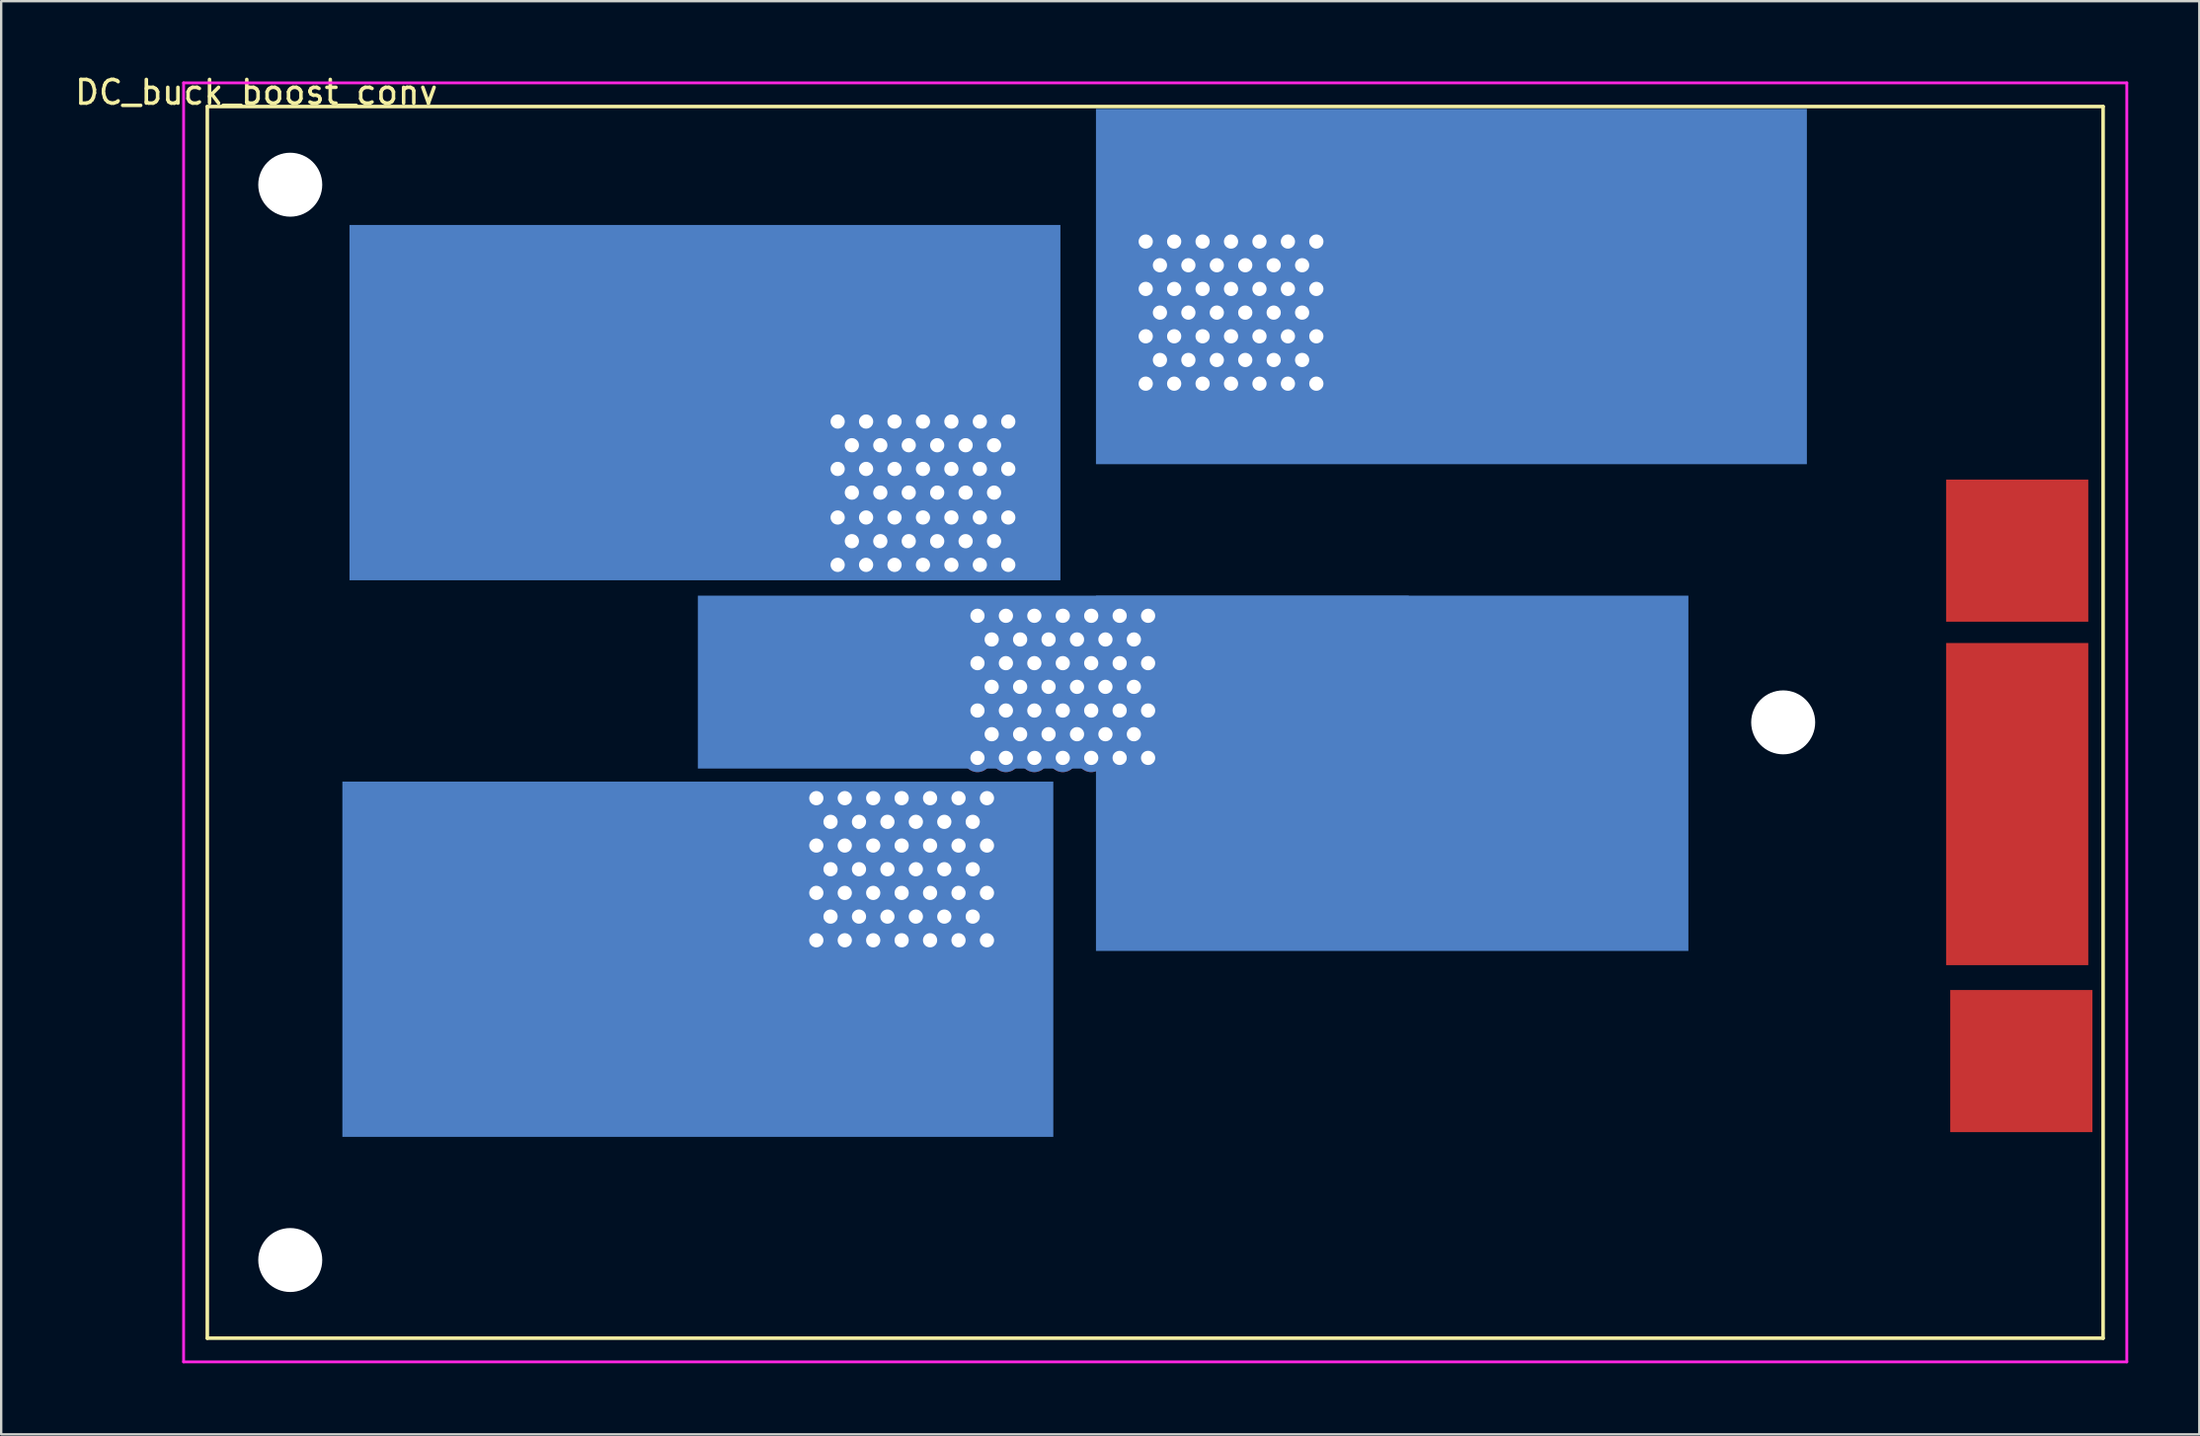
<source format=kicad_pcb>
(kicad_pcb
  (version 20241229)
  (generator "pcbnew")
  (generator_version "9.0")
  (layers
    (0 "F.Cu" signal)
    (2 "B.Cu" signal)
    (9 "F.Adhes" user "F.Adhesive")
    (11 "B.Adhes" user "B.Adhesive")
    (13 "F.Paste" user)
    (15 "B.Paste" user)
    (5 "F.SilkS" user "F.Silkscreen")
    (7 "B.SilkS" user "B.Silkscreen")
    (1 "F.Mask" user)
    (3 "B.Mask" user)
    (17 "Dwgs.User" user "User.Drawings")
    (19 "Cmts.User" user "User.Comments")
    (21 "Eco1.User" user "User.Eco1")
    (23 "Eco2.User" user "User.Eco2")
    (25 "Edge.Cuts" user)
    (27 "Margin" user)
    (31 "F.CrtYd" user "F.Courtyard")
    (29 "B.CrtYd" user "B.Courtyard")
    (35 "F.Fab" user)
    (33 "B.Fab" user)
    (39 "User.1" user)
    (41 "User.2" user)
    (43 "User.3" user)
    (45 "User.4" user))
  (footprint "DC_buck_boost_conv"
    (layer "F.Cu")
    (at 5.698 1.448)
    (property "Reference" "DC_buck_boost_conv" (at 2.07 -0.6 0) (layer "F.SilkS") (effects (font (size 1 1) (thickness 0.15))))
    (attr through_hole)
    (fp_line (start 0 0) (end 80 0) (stroke (width 0.15) (type solid)) (layer "F.SilkS"))
    (fp_line (start 0 52) (end 0 0) (stroke (width 0.15) (type solid)) (layer "F.SilkS"))
    (fp_line (start 80 0) (end 80 52) (stroke (width 0.15) (type solid)) (layer "F.SilkS"))
    (fp_line (start 80 52) (end 0 52) (stroke (width 0.15) (type solid)) (layer "F.SilkS"))
    (fp_line (start -1 -1) (end -1 53) (stroke (width 0.12) (type solid)) (layer "F.CrtYd"))
    (fp_line (start -1 53) (end 81 53) (stroke (width 0.12) (type solid)) (layer "F.CrtYd"))
    (fp_line (start 81 -1) (end -1 -1) (stroke (width 0.12) (type solid)) (layer "F.CrtYd"))
    (fp_line (start 81 53) (end 81 -1) (stroke (width 0.12) (type solid)) (layer "F.CrtYd"))
    (pad "" np_thru_hole circle (at 3.5 3.3) (size 2.7 2.7) (drill 2.7) (layers "*.Cu" "*.Mask"))
    (pad "" np_thru_hole circle (at 3.5 48.7) (size 2.7 2.7) (drill 2.7) (layers "*.Cu" "*.Mask"))
    (pad "" np_thru_hole circle (at 66.5 26) (size 2.7 2.7) (drill 2.7) (layers "*.Cu" "*.Mask"))
    (pad "1" smd rect (at 76.375 18.75) (size 6 6) (layers "F.Cu" "F.Mask" "F.Paste"))
    (pad "2" smd rect (at 76.375 29.45) (size 6 13.6) (layers "F.Cu" "F.Mask" "F.Paste"))
    (pad "3" smd rect (at 76.55 40.3) (size 6 6) (layers "F.Cu" "F.Mask" "F.Paste"))
    (pad "4" thru_hole circle (at 39.6 5.7) (size 1.2 1.2) (drill 0.6) (layers "*.Cu" "F.Mask"))
    (pad "4" thru_hole circle (at 39.6 7.7) (size 1.2 1.2) (drill 0.6) (layers "*.Cu" "F.Mask"))
    (pad "4" thru_hole circle (at 39.6 9.7) (size 1.2 1.2) (drill 0.6) (layers "*.Cu" "F.Mask"))
    (pad "4" thru_hole circle (at 39.6 11.7) (size 1.2 1.2) (drill 0.6) (layers "*.Cu" "F.Mask"))
    (pad "4" thru_hole circle (at 40.2 6.7) (size 1.2 1.2) (drill 0.6) (layers "*.Cu" "F.Mask"))
    (pad "4" thru_hole circle (at 40.2 8.7) (size 1.2 1.2) (drill 0.6) (layers "*.Cu" "F.Mask"))
    (pad "4" thru_hole circle (at 40.2 10.7) (size 1.2 1.2) (drill 0.6) (layers "*.Cu" "F.Mask"))
    (pad "4" thru_hole circle (at 40.8 5.7) (size 1.2 1.2) (drill 0.6) (layers "*.Cu" "F.Mask"))
    (pad "4" thru_hole circle (at 40.8 7.7) (size 1.2 1.2) (drill 0.6) (layers "*.Cu" "F.Mask"))
    (pad "4" thru_hole circle (at 40.8 9.7) (size 1.2 1.2) (drill 0.6) (layers "*.Cu" "F.Mask"))
    (pad "4" thru_hole circle (at 40.8 11.7) (size 1.2 1.2) (drill 0.6) (layers "*.Cu" "F.Mask"))
    (pad "4" thru_hole circle (at 41.4 6.7) (size 1.2 1.2) (drill 0.6) (layers "*.Cu" "F.Mask"))
    (pad "4" thru_hole circle (at 41.4 8.7) (size 1.2 1.2) (drill 0.6) (layers "*.Cu" "F.Mask"))
    (pad "4" thru_hole circle (at 41.4 10.7) (size 1.2 1.2) (drill 0.6) (layers "*.Cu" "F.Mask"))
    (pad "4" thru_hole circle (at 42 5.7) (size 1.2 1.2) (drill 0.6) (layers "*.Cu" "F.Mask"))
    (pad "4" thru_hole circle (at 42 7.7) (size 1.2 1.2) (drill 0.6) (layers "*.Cu" "F.Mask"))
    (pad "4" thru_hole circle (at 42 9.7) (size 1.2 1.2) (drill 0.6) (layers "*.Cu" "F.Mask"))
    (pad "4" thru_hole circle (at 42 11.7) (size 1.2 1.2) (drill 0.6) (layers "*.Cu" "F.Mask"))
    (pad "4" thru_hole circle (at 42.6 6.7) (size 1.2 1.2) (drill 0.6) (layers "*.Cu" "F.Mask"))
    (pad "4" thru_hole circle (at 42.6 8.7) (size 1.2 1.2) (drill 0.6) (layers "*.Cu" "F.Mask"))
    (pad "4" thru_hole circle (at 42.6 10.7) (size 1.2 1.2) (drill 0.6) (layers "*.Cu" "F.Mask"))
    (pad "4" thru_hole circle (at 43.2 5.7) (size 1.2 1.2) (drill 0.6) (layers "*.Cu" "F.Mask"))
    (pad "4" thru_hole circle (at 43.2 7.7) (size 1.2 1.2) (drill 0.6) (layers "*.Cu" "F.Mask"))
    (pad "4" smd rect (at 43.2 8.7) (size 8.4 6.8) (layers "F.Cu" "F.Mask" "F.Paste"))
    (pad "4" thru_hole circle (at 43.2 9.7) (size 1.2 1.2) (drill 0.6) (layers "*.Cu" "F.Mask"))
    (pad "4" thru_hole circle (at 43.2 11.7) (size 1.2 1.2) (drill 0.6) (layers "*.Cu" "F.Mask"))
    (pad "4" thru_hole circle (at 43.8 6.7) (size 1.2 1.2) (drill 0.6) (layers "*.Cu" "F.Mask"))
    (pad "4" thru_hole circle (at 43.8 8.7) (size 1.2 1.2) (drill 0.6) (layers "*.Cu" "F.Mask"))
    (pad "4" thru_hole circle (at 43.8 10.7) (size 1.2 1.2) (drill 0.6) (layers "*.Cu" "F.Mask"))
    (pad "4" thru_hole circle (at 44.4 5.7) (size 1.2 1.2) (drill 0.6) (layers "*.Cu" "F.Mask"))
    (pad "4" thru_hole circle (at 44.4 7.7) (size 1.2 1.2) (drill 0.6) (layers "*.Cu" "F.Mask"))
    (pad "4" thru_hole circle (at 44.4 9.7) (size 1.2 1.2) (drill 0.6) (layers "*.Cu" "F.Mask"))
    (pad "4" thru_hole circle (at 44.4 11.7) (size 1.2 1.2) (drill 0.6) (layers "*.Cu" "F.Mask"))
    (pad "4" thru_hole circle (at 45 6.7) (size 1.2 1.2) (drill 0.6) (layers "*.Cu" "F.Mask"))
    (pad "4" thru_hole circle (at 45 8.7) (size 1.2 1.2) (drill 0.6) (layers "*.Cu" "F.Mask"))
    (pad "4" thru_hole circle (at 45 10.7) (size 1.2 1.2) (drill 0.6) (layers "*.Cu" "F.Mask"))
    (pad "4" thru_hole circle (at 45.6 5.7) (size 1.2 1.2) (drill 0.6) (layers "*.Cu" "F.Mask"))
    (pad "4" thru_hole circle (at 45.6 7.7) (size 1.2 1.2) (drill 0.6) (layers "*.Cu" "F.Mask"))
    (pad "4" thru_hole circle (at 45.6 9.7) (size 1.2 1.2) (drill 0.6) (layers "*.Cu" "F.Mask"))
    (pad "4" thru_hole circle (at 45.6 11.7) (size 1.2 1.2) (drill 0.6) (layers "*.Cu" "F.Mask"))
    (pad "4" thru_hole circle (at 46.2 6.7) (size 1.2 1.2) (drill 0.6) (layers "*.Cu" "F.Mask"))
    (pad "4" thru_hole circle (at 46.2 8.7) (size 1.2 1.2) (drill 0.6) (layers "*.Cu" "F.Mask"))
    (pad "4" thru_hole circle (at 46.2 10.7) (size 1.2 1.2) (drill 0.6) (layers "*.Cu" "F.Mask"))
    (pad "4" thru_hole circle (at 46.8 5.7) (size 1.2 1.2) (drill 0.6) (layers "*.Cu" "F.Mask"))
    (pad "4" thru_hole circle (at 46.8 7.7) (size 1.2 1.2) (drill 0.6) (layers "*.Cu" "F.Mask"))
    (pad "4" thru_hole circle (at 46.8 9.7) (size 1.2 1.2) (drill 0.6) (layers "*.Cu" "F.Mask"))
    (pad "4" thru_hole circle (at 46.8 11.7) (size 1.2 1.2) (drill 0.6) (layers "*.Cu" "F.Mask"))
    (pad "4" smd rect (at 52.5 7.6) (size 30 15) (layers "B.Cu"))
    (pad "5" smd rect (at 21 12.5) (size 30 15) (layers "B.Cu"))
    (pad "5" thru_hole circle (at 26.6 13.3) (size 1.2 1.2) (drill 0.6) (layers "*.Cu" "F.Mask"))
    (pad "5" thru_hole circle (at 26.6 15.3) (size 1.2 1.2) (drill 0.6) (layers "*.Cu" "F.Mask"))
    (pad "5" thru_hole circle (at 26.6 17.35) (size 1.2 1.2) (drill 0.6) (layers "*.Cu" "F.Mask"))
    (pad "5" thru_hole circle (at 26.6 19.35) (size 1.2 1.2) (drill 0.6) (layers "*.Cu" "F.Mask"))
    (pad "5" thru_hole circle (at 27.2 14.3) (size 1.2 1.2) (drill 0.6) (layers "*.Cu" "F.Mask"))
    (pad "5" thru_hole circle (at 27.2 16.3) (size 1.2 1.2) (drill 0.6) (layers "*.Cu" "F.Mask"))
    (pad "5" thru_hole circle (at 27.2 18.35) (size 1.2 1.2) (drill 0.6) (layers "*.Cu" "F.Mask"))
    (pad "5" thru_hole circle (at 27.8 13.3) (size 1.2 1.2) (drill 0.6) (layers "*.Cu" "F.Mask"))
    (pad "5" thru_hole circle (at 27.8 15.3) (size 1.2 1.2) (drill 0.6) (layers "*.Cu" "F.Mask"))
    (pad "5" thru_hole circle (at 27.8 17.35) (size 1.2 1.2) (drill 0.6) (layers "*.Cu" "F.Mask"))
    (pad "5" thru_hole circle (at 27.8 19.35) (size 1.2 1.2) (drill 0.6) (layers "*.Cu" "F.Mask"))
    (pad "5" thru_hole circle (at 28.4 14.3) (size 1.2 1.2) (drill 0.6) (layers "*.Cu" "F.Mask"))
    (pad "5" thru_hole circle (at 28.4 16.3) (size 1.2 1.2) (drill 0.6) (layers "*.Cu" "F.Mask"))
    (pad "5" thru_hole circle (at 28.4 18.35) (size 1.2 1.2) (drill 0.6) (layers "*.Cu" "F.Mask"))
    (pad "5" thru_hole circle (at 29 13.3) (size 1.2 1.2) (drill 0.6) (layers "*.Cu" "F.Mask"))
    (pad "5" thru_hole circle (at 29 15.3) (size 1.2 1.2) (drill 0.6) (layers "*.Cu" "F.Mask"))
    (pad "5" thru_hole circle (at 29 17.35) (size 1.2 1.2) (drill 0.6) (layers "*.Cu" "F.Mask"))
    (pad "5" thru_hole circle (at 29 19.35) (size 1.2 1.2) (drill 0.6) (layers "*.Cu" "F.Mask"))
    (pad "5" thru_hole circle (at 29.6 14.3) (size 1.2 1.2) (drill 0.6) (layers "*.Cu" "F.Mask"))
    (pad "5" thru_hole circle (at 29.6 16.3) (size 1.2 1.2) (drill 0.6) (layers "*.Cu" "F.Mask"))
    (pad "5" thru_hole circle (at 29.6 18.35) (size 1.2 1.2) (drill 0.6) (layers "*.Cu" "F.Mask"))
    (pad "5" thru_hole circle (at 30.2 13.3) (size 1.2 1.2) (drill 0.6) (layers "*.Cu" "F.Mask"))
    (pad "5" thru_hole circle (at 30.2 15.3) (size 1.2 1.2) (drill 0.6) (layers "*.Cu" "F.Mask"))
    (pad "5" smd rect (at 30.2 16.3) (size 8.4 6.8) (layers "F.Cu" "F.Mask" "F.Paste"))
    (pad "5" thru_hole circle (at 30.2 17.35) (size 1.2 1.2) (drill 0.6) (layers "*.Cu" "F.Mask"))
    (pad "5" thru_hole circle (at 30.2 19.35) (size 1.2 1.2) (drill 0.6) (layers "*.Cu" "F.Mask"))
    (pad "5" thru_hole circle (at 30.8 14.3) (size 1.2 1.2) (drill 0.6) (layers "*.Cu" "F.Mask"))
    (pad "5" thru_hole circle (at 30.8 16.3) (size 1.2 1.2) (drill 0.6) (layers "*.Cu" "F.Mask"))
    (pad "5" thru_hole circle (at 30.8 18.35) (size 1.2 1.2) (drill 0.6) (layers "*.Cu" "F.Mask"))
    (pad "5" thru_hole circle (at 31.4 13.3) (size 1.2 1.2) (drill 0.6) (layers "*.Cu" "F.Mask"))
    (pad "5" thru_hole circle (at 31.4 15.3) (size 1.2 1.2) (drill 0.6) (layers "*.Cu" "F.Mask"))
    (pad "5" thru_hole circle (at 31.4 17.35) (size 1.2 1.2) (drill 0.6) (layers "*.Cu" "F.Mask"))
    (pad "5" thru_hole circle (at 31.4 19.35) (size 1.2 1.2) (drill 0.6) (layers "*.Cu" "F.Mask"))
    (pad "5" thru_hole circle (at 32 14.3) (size 1.2 1.2) (drill 0.6) (layers "*.Cu" "F.Mask"))
    (pad "5" thru_hole circle (at 32 16.3) (size 1.2 1.2) (drill 0.6) (layers "*.Cu" "F.Mask"))
    (pad "5" thru_hole circle (at 32 18.35) (size 1.2 1.2) (drill 0.6) (layers "*.Cu" "F.Mask"))
    (pad "5" thru_hole circle (at 32.6 13.3) (size 1.2 1.2) (drill 0.6) (layers "*.Cu" "F.Mask"))
    (pad "5" thru_hole circle (at 32.6 15.3) (size 1.2 1.2) (drill 0.6) (layers "*.Cu" "F.Mask"))
    (pad "5" thru_hole circle (at 32.6 17.35) (size 1.2 1.2) (drill 0.6) (layers "*.Cu" "F.Mask"))
    (pad "5" thru_hole circle (at 32.6 19.35) (size 1.2 1.2) (drill 0.6) (layers "*.Cu" "F.Mask"))
    (pad "5" thru_hole circle (at 33.2 14.3) (size 1.2 1.2) (drill 0.6) (layers "*.Cu" "F.Mask"))
    (pad "5" thru_hole circle (at 33.2 16.3) (size 1.2 1.2) (drill 0.6) (layers "*.Cu" "F.Mask"))
    (pad "5" thru_hole circle (at 33.2 18.35) (size 1.2 1.2) (drill 0.6) (layers "*.Cu" "F.Mask"))
    (pad "5" thru_hole circle (at 33.8 13.3) (size 1.2 1.2) (drill 0.6) (layers "*.Cu" "F.Mask"))
    (pad "5" thru_hole circle (at 33.8 15.3) (size 1.2 1.2) (drill 0.6) (layers "*.Cu" "F.Mask"))
    (pad "5" thru_hole circle (at 33.8 17.35) (size 1.2 1.2) (drill 0.6) (layers "*.Cu" "F.Mask"))
    (pad "5" thru_hole circle (at 33.8 19.35) (size 1.2 1.2) (drill 0.6) (layers "*.Cu" "F.Mask"))
    (pad "6" thru_hole circle (at 32.5 21.5) (size 1.2 1.2) (drill 0.6) (layers "*.Cu" "F.Mask"))
    (pad "6" thru_hole circle (at 32.5 23.5) (size 1.2 1.2) (drill 0.6) (layers "*.Cu" "F.Mask"))
    (pad "6" thru_hole circle (at 32.5 25.5) (size 1.2 1.2) (drill 0.6) (layers "*.Cu" "F.Mask"))
    (pad "6" thru_hole circle (at 32.5 27.5) (size 1.2 1.2) (drill 0.6) (layers "*.Cu" "F.Mask"))
    (pad "6" thru_hole circle (at 33.1 22.5) (size 1.2 1.2) (drill 0.6) (layers "*.Cu" "F.Mask"))
    (pad "6" thru_hole circle (at 33.1 24.5) (size 1.2 1.2) (drill 0.6) (layers "*.Cu" "F.Mask"))
    (pad "6" thru_hole circle (at 33.1 26.5) (size 1.2 1.2) (drill 0.6) (layers "*.Cu" "F.Mask"))
    (pad "6" thru_hole circle (at 33.7 21.5) (size 1.2 1.2) (drill 0.6) (layers "*.Cu" "F.Mask"))
    (pad "6" thru_hole circle (at 33.7 23.5) (size 1.2 1.2) (drill 0.6) (layers "*.Cu" "F.Mask"))
    (pad "6" thru_hole circle (at 33.7 25.5) (size 1.2 1.2) (drill 0.6) (layers "*.Cu" "F.Mask"))
    (pad "6" thru_hole circle (at 33.7 27.5) (size 1.2 1.2) (drill 0.6) (layers "*.Cu" "F.Mask"))
    (pad "6" thru_hole circle (at 34.3 22.5) (size 1.2 1.2) (drill 0.6) (layers "*.Cu" "F.Mask"))
    (pad "6" thru_hole circle (at 34.3 24.5) (size 1.2 1.2) (drill 0.6) (layers "*.Cu" "F.Mask"))
    (pad "6" thru_hole circle (at 34.3 26.5) (size 1.2 1.2) (drill 0.6) (layers "*.Cu" "F.Mask"))
    (pad "6" thru_hole circle (at 34.9 21.5) (size 1.2 1.2) (drill 0.6) (layers "*.Cu" "F.Mask"))
    (pad "6" thru_hole circle (at 34.9 23.5) (size 1.2 1.2) (drill 0.6) (layers "*.Cu" "F.Mask"))
    (pad "6" thru_hole circle (at 34.9 25.5) (size 1.2 1.2) (drill 0.6) (layers "*.Cu" "F.Mask"))
    (pad "6" thru_hole circle (at 34.9 27.5) (size 1.2 1.2) (drill 0.6) (layers "*.Cu" "F.Mask"))
    (pad "6" thru_hole circle (at 35.5 22.5) (size 1.2 1.2) (drill 0.6) (layers "*.Cu" "F.Mask"))
    (pad "6" thru_hole circle (at 35.5 24.5) (size 1.2 1.2) (drill 0.6) (layers "*.Cu" "F.Mask"))
    (pad "6" thru_hole circle (at 35.5 26.5) (size 1.2 1.2) (drill 0.6) (layers "*.Cu" "F.Mask"))
    (pad "6" smd rect (at 35.7 24.3) (size 30 7.3) (layers "B.Cu"))
    (pad "6" thru_hole circle (at 36.1 21.5) (size 1.2 1.2) (drill 0.6) (layers "*.Cu" "F.Mask"))
    (pad "6" thru_hole circle (at 36.1 23.5) (size 1.2 1.2) (drill 0.6) (layers "*.Cu" "F.Mask"))
    (pad "6" smd rect (at 36.1 24.5) (size 8.4 6.8) (layers "F.Cu" "F.Mask" "F.Paste"))
    (pad "6" thru_hole circle (at 36.1 25.5) (size 1.2 1.2) (drill 0.6) (layers "*.Cu" "F.Mask"))
    (pad "6" thru_hole circle (at 36.1 27.5) (size 1.2 1.2) (drill 0.6) (layers "*.Cu" "F.Mask"))
    (pad "6" thru_hole circle (at 36.7 22.5) (size 1.2 1.2) (drill 0.6) (layers "*.Cu" "F.Mask"))
    (pad "6" thru_hole circle (at 36.7 24.5) (size 1.2 1.2) (drill 0.6) (layers "*.Cu" "F.Mask"))
    (pad "6" thru_hole circle (at 36.7 26.5) (size 1.2 1.2) (drill 0.6) (layers "*.Cu" "F.Mask"))
    (pad "6" thru_hole circle (at 37.3 21.5) (size 1.2 1.2) (drill 0.6) (layers "*.Cu" "F.Mask"))
    (pad "6" thru_hole circle (at 37.3 23.5) (size 1.2 1.2) (drill 0.6) (layers "*.Cu" "F.Mask"))
    (pad "6" thru_hole circle (at 37.3 25.5) (size 1.2 1.2) (drill 0.6) (layers "*.Cu" "F.Mask"))
    (pad "6" thru_hole circle (at 37.3 27.5) (size 1.2 1.2) (drill 0.6) (layers "*.Cu" "F.Mask"))
    (pad "6" thru_hole circle (at 37.9 22.5) (size 1.2 1.2) (drill 0.6) (layers "*.Cu" "F.Mask"))
    (pad "6" thru_hole circle (at 37.9 24.5) (size 1.2 1.2) (drill 0.6) (layers "*.Cu" "F.Mask"))
    (pad "6" thru_hole circle (at 37.9 26.5) (size 1.2 1.2) (drill 0.6) (layers "*.Cu" "F.Mask"))
    (pad "6" thru_hole circle (at 38.5 21.5) (size 1.2 1.2) (drill 0.6) (layers "*.Cu" "F.Mask"))
    (pad "6" thru_hole circle (at 38.5 23.5) (size 1.2 1.2) (drill 0.6) (layers "*.Cu" "F.Mask"))
    (pad "6" thru_hole circle (at 38.5 25.5) (size 1.2 1.2) (drill 0.6) (layers "*.Cu" "F.Mask"))
    (pad "6" thru_hole circle (at 38.5 27.5) (size 1.2 1.2) (drill 0.6) (layers "*.Cu" "F.Mask"))
    (pad "6" thru_hole circle (at 39.1 22.5) (size 1.2 1.2) (drill 0.6) (layers "*.Cu" "F.Mask"))
    (pad "6" thru_hole circle (at 39.1 24.5) (size 1.2 1.2) (drill 0.6) (layers "*.Cu" "F.Mask"))
    (pad "6" thru_hole circle (at 39.1 26.5) (size 1.2 1.2) (drill 0.6) (layers "*.Cu" "F.Mask"))
    (pad "6" thru_hole circle (at 39.7 21.5) (size 1.2 1.2) (drill 0.6) (layers "*.Cu" "F.Mask"))
    (pad "6" thru_hole circle (at 39.7 23.5) (size 1.2 1.2) (drill 0.6) (layers "*.Cu" "F.Mask"))
    (pad "6" thru_hole circle (at 39.7 25.5) (size 1.2 1.2) (drill 0.6) (layers "*.Cu" "F.Mask"))
    (pad "6" thru_hole circle (at 39.7 27.5) (size 1.2 1.2) (drill 0.6) (layers "*.Cu" "F.Mask"))
    (pad "6" smd rect (at 50 28.15) (size 25 15) (layers "B.Cu"))
    (pad "7" smd rect (at 20.7 36) (size 30 15) (layers "B.Cu"))
    (pad "7" thru_hole circle (at 25.7 29.2) (size 1.2 1.2) (drill 0.6) (layers "*.Cu" "F.Mask"))
    (pad "7" thru_hole circle (at 25.7 31.2) (size 1.2 1.2) (drill 0.6) (layers "*.Cu" "F.Mask"))
    (pad "7" thru_hole circle (at 25.7 33.2) (size 1.2 1.2) (drill 0.6) (layers "*.Cu" "F.Mask"))
    (pad "7" thru_hole circle (at 25.7 35.2) (size 1.2 1.2) (drill 0.6) (layers "*.Cu" "F.Mask"))
    (pad "7" thru_hole circle (at 26.3 30.2) (size 1.2 1.2) (drill 0.6) (layers "*.Cu" "F.Mask"))
    (pad "7" thru_hole circle (at 26.3 32.2) (size 1.2 1.2) (drill 0.6) (layers "*.Cu" "F.Mask"))
    (pad "7" thru_hole circle (at 26.3 34.2) (size 1.2 1.2) (drill 0.6) (layers "*.Cu" "F.Mask"))
    (pad "7" thru_hole circle (at 26.9 29.2) (size 1.2 1.2) (drill 0.6) (layers "*.Cu" "F.Mask"))
    (pad "7" thru_hole circle (at 26.9 31.2) (size 1.2 1.2) (drill 0.6) (layers "*.Cu" "F.Mask"))
    (pad "7" thru_hole circle (at 26.9 33.2) (size 1.2 1.2) (drill 0.6) (layers "*.Cu" "F.Mask"))
    (pad "7" thru_hole circle (at 26.9 35.2) (size 1.2 1.2) (drill 0.6) (layers "*.Cu" "F.Mask"))
    (pad "7" thru_hole circle (at 27.5 30.2) (size 1.2 1.2) (drill 0.6) (layers "*.Cu" "F.Mask"))
    (pad "7" thru_hole circle (at 27.5 32.2) (size 1.2 1.2) (drill 0.6) (layers "*.Cu" "F.Mask"))
    (pad "7" thru_hole circle (at 27.5 34.2) (size 1.2 1.2) (drill 0.6) (layers "*.Cu" "F.Mask"))
    (pad "7" thru_hole circle (at 28.1 29.2) (size 1.2 1.2) (drill 0.6) (layers "*.Cu" "F.Mask"))
    (pad "7" thru_hole circle (at 28.1 31.2) (size 1.2 1.2) (drill 0.6) (layers "*.Cu" "F.Mask"))
    (pad "7" thru_hole circle (at 28.1 33.2) (size 1.2 1.2) (drill 0.6) (layers "*.Cu" "F.Mask"))
    (pad "7" thru_hole circle (at 28.1 35.2) (size 1.2 1.2) (drill 0.6) (layers "*.Cu" "F.Mask"))
    (pad "7" thru_hole circle (at 28.7 30.2) (size 1.2 1.2) (drill 0.6) (layers "*.Cu" "F.Mask"))
    (pad "7" thru_hole circle (at 28.7 32.2) (size 1.2 1.2) (drill 0.6) (layers "*.Cu" "F.Mask"))
    (pad "7" thru_hole circle (at 28.7 34.2) (size 1.2 1.2) (drill 0.6) (layers "*.Cu" "F.Mask"))
    (pad "7" thru_hole circle (at 29.3 29.2) (size 1.2 1.2) (drill 0.6) (layers "*.Cu" "F.Mask"))
    (pad "7" thru_hole circle (at 29.3 31.2) (size 1.2 1.2) (drill 0.6) (layers "*.Cu" "F.Mask"))
    (pad "7" smd rect (at 29.3 32.2) (size 8.4 6.8) (layers "F.Cu" "F.Mask" "F.Paste"))
    (pad "7" thru_hole circle (at 29.3 33.2) (size 1.2 1.2) (drill 0.6) (layers "*.Cu" "F.Mask"))
    (pad "7" thru_hole circle (at 29.3 35.2) (size 1.2 1.2) (drill 0.6) (layers "*.Cu" "F.Mask"))
    (pad "7" thru_hole circle (at 29.9 30.2) (size 1.2 1.2) (drill 0.6) (layers "*.Cu" "F.Mask"))
    (pad "7" thru_hole circle (at 29.9 32.2) (size 1.2 1.2) (drill 0.6) (layers "*.Cu" "F.Mask"))
    (pad "7" thru_hole circle (at 29.9 34.2) (size 1.2 1.2) (drill 0.6) (layers "*.Cu" "F.Mask"))
    (pad "7" thru_hole circle (at 30.5 29.2) (size 1.2 1.2) (drill 0.6) (layers "*.Cu" "F.Mask"))
    (pad "7" thru_hole circle (at 30.5 31.2) (size 1.2 1.2) (drill 0.6) (layers "*.Cu" "F.Mask"))
    (pad "7" thru_hole circle (at 30.5 33.2) (size 1.2 1.2) (drill 0.6) (layers "*.Cu" "F.Mask"))
    (pad "7" thru_hole circle (at 30.5 35.2) (size 1.2 1.2) (drill 0.6) (layers "*.Cu" "F.Mask"))
    (pad "7" thru_hole circle (at 31.1 30.2) (size 1.2 1.2) (drill 0.6) (layers "*.Cu" "F.Mask"))
    (pad "7" thru_hole circle (at 31.1 32.2) (size 1.2 1.2) (drill 0.6) (layers "*.Cu" "F.Mask"))
    (pad "7" thru_hole circle (at 31.1 34.2) (size 1.2 1.2) (drill 0.6) (layers "*.Cu" "F.Mask"))
    (pad "7" thru_hole circle (at 31.7 29.2) (size 1.2 1.2) (drill 0.6) (layers "*.Cu" "F.Mask"))
    (pad "7" thru_hole circle (at 31.7 31.2) (size 1.2 1.2) (drill 0.6) (layers "*.Cu" "F.Mask"))
    (pad "7" thru_hole circle (at 31.7 33.2) (size 1.2 1.2) (drill 0.6) (layers "*.Cu" "F.Mask"))
    (pad "7" thru_hole circle (at 31.7 35.2) (size 1.2 1.2) (drill 0.6) (layers "*.Cu" "F.Mask"))
    (pad "7" thru_hole circle (at 32.3 30.2) (size 1.2 1.2) (drill 0.6) (layers "*.Cu" "F.Mask"))
    (pad "7" thru_hole circle (at 32.3 32.2) (size 1.2 1.2) (drill 0.6) (layers "*.Cu" "F.Mask"))
    (pad "7" thru_hole circle (at 32.3 34.2) (size 1.2 1.2) (drill 0.6) (layers "*.Cu" "F.Mask"))
    (pad "7" thru_hole circle (at 32.9 29.2) (size 1.2 1.2) (drill 0.6) (layers "*.Cu" "F.Mask"))
    (pad "7" thru_hole circle (at 32.9 31.2) (size 1.2 1.2) (drill 0.6) (layers "*.Cu" "F.Mask"))
    (pad "7" thru_hole circle (at 32.9 33.2) (size 1.2 1.2) (drill 0.6) (layers "*.Cu" "F.Mask"))
    (pad "7" thru_hole circle (at 32.9 35.2) (size 1.2 1.2) (drill 0.6) (layers "*.Cu" "F.Mask")))
  (gr_rect
    (start -3 -3)
    (end 89.758 57.508)
    (stroke (width 0.1) (type default))
    (fill no)
    (layer "Edge.Cuts")))
</source>
